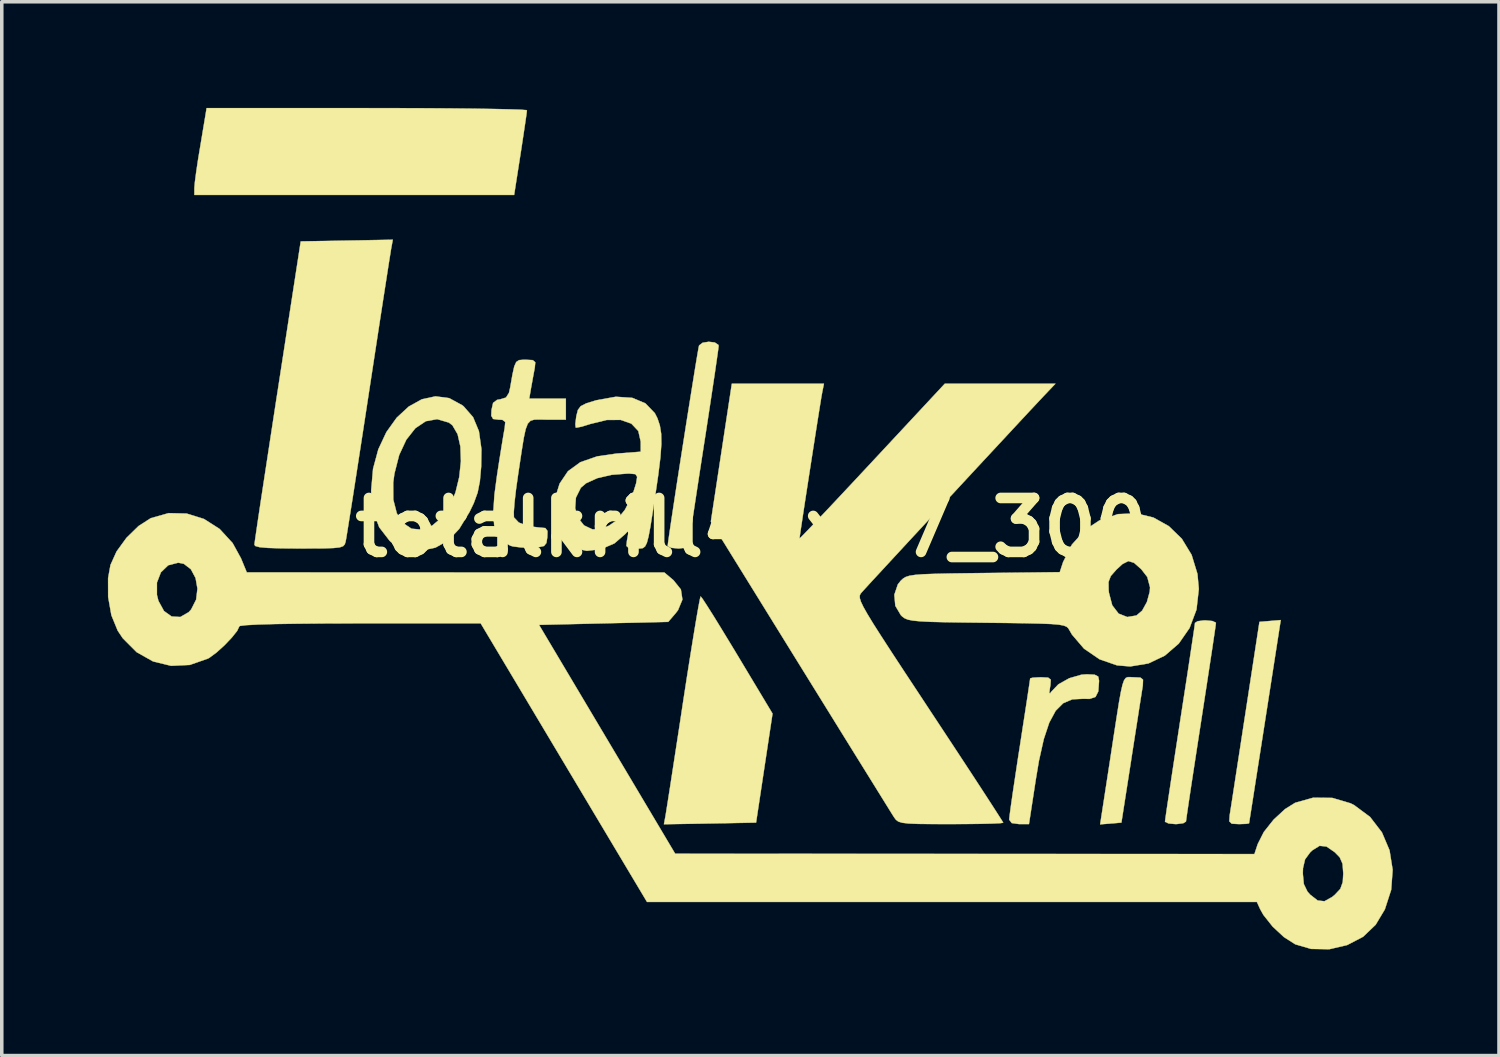
<source format=kicad_pcb>
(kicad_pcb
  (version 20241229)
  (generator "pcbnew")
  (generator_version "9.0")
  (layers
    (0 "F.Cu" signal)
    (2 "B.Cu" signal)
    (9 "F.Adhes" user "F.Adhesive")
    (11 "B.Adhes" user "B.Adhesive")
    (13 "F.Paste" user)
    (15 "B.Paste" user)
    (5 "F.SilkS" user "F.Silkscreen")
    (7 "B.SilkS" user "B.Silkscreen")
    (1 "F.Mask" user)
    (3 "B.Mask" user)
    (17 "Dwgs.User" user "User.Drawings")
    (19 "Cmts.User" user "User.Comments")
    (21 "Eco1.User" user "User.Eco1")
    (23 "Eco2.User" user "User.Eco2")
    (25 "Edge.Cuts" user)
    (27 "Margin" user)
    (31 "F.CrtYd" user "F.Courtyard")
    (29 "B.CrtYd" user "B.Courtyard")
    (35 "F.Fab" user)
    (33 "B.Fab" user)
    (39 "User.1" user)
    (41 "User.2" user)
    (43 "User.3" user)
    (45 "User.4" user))
  (footprint "totalkrill41x27_300"
    (layer "F.Cu")
    (at 18.191 11.858)
    (property "Reference" "totalkrill41x27_300" (at 0 0 0) (layer "F.SilkS") (effects (font (size 1.524 1.524) (thickness 0.3))))
    (attr through_hole)
    (fp_poly (pts (xy -1.385 2.017) (xy -1.258 2.211) (xy -1.069 2.51) (xy -0.833 2.894) (xy -0.561 3.341) (xy -0.402 3.604) (xy 0.592 5.26) (xy 0.127 8.34) (xy -2.477 8.387) (xy -2.433 8.151) (xy -2.411 8.015) (xy -2.366 7.731) (xy -2.302 7.322) (xy -2.223 6.808) (xy -2.131 6.21) (xy -2.029 5.548) (xy -1.936 4.932) (xy -1.83 4.244) (xy -1.73 3.611) (xy -1.64 3.054) (xy -1.563 2.59) (xy -1.502 2.239) (xy -1.459 2.018) (xy -1.439 1.947) (xy -1.385 2.017)) (stroke (width 0.01) (type solid)) (fill yes) (layer "F.SilkS"))
    (fp_poly (pts (xy 10.785 4.233) (xy 10.8 4.233) (xy 10.99 4.242) (xy 11.063 4.301) (xy 11.057 4.461) (xy 11.043 4.551) (xy 11.015 4.73) (xy 10.965 5.046) (xy 10.9 5.468) (xy 10.822 5.963) (xy 10.738 6.503) (xy 10.723 6.604) (xy 10.452 8.34) (xy 9.851 8.39) (xy 10.129 6.587) (xy 10.234 5.896) (xy 10.318 5.354) (xy 10.383 4.943) (xy 10.437 4.645) (xy 10.483 4.443) (xy 10.527 4.318) (xy 10.574 4.253) (xy 10.63 4.229) (xy 10.698 4.228) (xy 10.785 4.233)) (stroke (width 0.01) (type solid)) (fill yes) (layer "F.SilkS"))
    (fp_poly (pts (xy 14.51 5.478) (xy 14.405 6.152) (xy 14.308 6.771) (xy 14.223 7.315) (xy 14.153 7.765) (xy 14.1 8.102) (xy 14.068 8.306) (xy 14.059 8.361) (xy 13.982 8.375) (xy 13.797 8.382) (xy 13.764 8.382) (xy 13.57 8.371) (xy 13.501 8.304) (xy 13.512 8.133) (xy 13.516 8.107) (xy 13.54 7.956) (xy 13.586 7.661) (xy 13.65 7.244) (xy 13.729 6.73) (xy 13.82 6.141) (xy 13.918 5.5) (xy 13.957 5.249) (xy 14.353 2.667) (xy 14.955 2.616) (xy 14.51 5.478)) (stroke (width 0.01) (type solid)) (fill yes) (layer "F.SilkS"))
    (fp_poly (pts (xy -10.876 -11.853) (xy -10.018 -11.852) (xy -9.214 -11.849) (xy -8.478 -11.844) (xy -7.826 -11.837) (xy -7.273 -11.828) (xy -6.836 -11.818) (xy -6.53 -11.808) (xy -6.37 -11.796) (xy -6.349 -11.79) (xy -6.361 -11.687) (xy -6.395 -11.45) (xy -6.446 -11.109) (xy -6.508 -10.698) (xy -6.529 -10.562) (xy -6.711 -9.398) (xy -15.748 -9.398) (xy -15.748 -9.588) (xy -15.734 -9.756) (xy -15.697 -10.039) (xy -15.645 -10.389) (xy -15.62 -10.541) (xy -15.557 -10.918) (xy -15.5 -11.262) (xy -15.457 -11.518) (xy -15.447 -11.578) (xy -15.402 -11.853) (xy -10.876 -11.853)) (stroke (width 0.01) (type solid)) (fill yes) (layer "F.SilkS"))
    (fp_poly (pts (xy -1.04 -5.229) (xy -0.938 -5.161) (xy -0.931 -5.134) (xy -0.944 -5.025) (xy -0.98 -4.77) (xy -1.035 -4.388) (xy -1.108 -3.902) (xy -1.194 -3.331) (xy -1.291 -2.696) (xy -1.355 -2.286) (xy -1.457 -1.625) (xy -1.55 -1.017) (xy -1.631 -0.482) (xy -1.698 -0.042) (xy -1.746 0.285) (xy -1.773 0.477) (xy -1.778 0.52) (xy -1.852 0.568) (xy -2.036 0.592) (xy -2.074 0.593) (xy -2.27 0.574) (xy -2.368 0.529) (xy -2.371 0.52) (xy -2.358 0.41) (xy -2.322 0.158) (xy -2.267 -0.212) (xy -2.197 -0.676) (xy -2.116 -1.209) (xy -2.026 -1.787) (xy -1.932 -2.387) (xy -1.839 -2.983) (xy -1.748 -3.552) (xy -1.665 -4.07) (xy -1.594 -4.513) (xy -1.537 -4.855) (xy -1.499 -5.074) (xy -1.484 -5.144) (xy -1.385 -5.221) (xy -1.213 -5.249) (xy -1.04 -5.229)) (stroke (width 0.01) (type solid)) (fill yes) (layer "F.SilkS"))
    (fp_poly (pts (xy -10.191 -7.855) (xy -10.213 -7.716) (xy -10.259 -7.428) (xy -10.324 -7.008) (xy -10.407 -6.475) (xy -10.504 -5.847) (xy -10.612 -5.141) (xy -10.729 -4.377) (xy -10.835 -3.683) (xy -10.957 -2.885) (xy -11.073 -2.134) (xy -11.179 -1.448) (xy -11.273 -0.843) (xy -11.353 -0.338) (xy -11.415 0.05) (xy -11.456 0.304) (xy -11.474 0.402) (xy -11.497 0.475) (xy -11.543 0.527) (xy -11.638 0.561) (xy -11.81 0.58) (xy -12.083 0.59) (xy -12.484 0.592) (xy -12.786 0.593) (xy -13.304 0.589) (xy -13.67 0.577) (xy -13.904 0.556) (xy -14.025 0.523) (xy -14.051 0.487) (xy -14.038 0.385) (xy -14.001 0.131) (xy -13.944 -0.257) (xy -13.868 -0.763) (xy -13.775 -1.372) (xy -13.669 -2.066) (xy -13.552 -2.831) (xy -13.427 -3.648) (xy -13.395 -3.852) (xy -12.742 -8.086) (xy -10.14 -8.133) (xy -10.191 -7.855)) (stroke (width 0.01) (type solid)) (fill yes) (layer "F.SilkS"))
    (fp_poly (pts (xy 13.023 2.643) (xy 13.121 2.688) (xy 13.123 2.697) (xy 13.111 2.796) (xy 13.075 3.041) (xy 13.02 3.413) (xy 12.947 3.892) (xy 12.861 4.457) (xy 12.764 5.087) (xy 12.7 5.503) (xy 12.598 6.165) (xy 12.505 6.773) (xy 12.423 7.307) (xy 12.357 7.748) (xy 12.309 8.074) (xy 12.282 8.266) (xy 12.277 8.309) (xy 12.202 8.357) (xy 12.019 8.381) (xy 11.98 8.382) (xy 11.784 8.364) (xy 11.687 8.319) (xy 11.684 8.309) (xy 11.697 8.211) (xy 11.732 7.965) (xy 11.788 7.593) (xy 11.86 7.115) (xy 11.946 6.55) (xy 12.043 5.92) (xy 12.107 5.503) (xy 12.209 4.842) (xy 12.303 4.234) (xy 12.384 3.7) (xy 12.45 3.259) (xy 12.499 2.932) (xy 12.526 2.74) (xy 12.531 2.697) (xy 12.605 2.649) (xy 12.788 2.625) (xy 12.827 2.625) (xy 13.023 2.643)) (stroke (width 0.01) (type solid)) (fill yes) (layer "F.SilkS"))
    (fp_poly (pts (xy 9.695 4.16) (xy 9.796 4.212) (xy 9.82 4.329) (xy 9.82 4.339) (xy 9.799 4.631) (xy 9.72 4.789) (xy 9.554 4.844) (xy 9.371 4.841) (xy 9.065 4.856) (xy 8.808 4.965) (xy 8.594 5.179) (xy 8.413 5.514) (xy 8.258 5.981) (xy 8.121 6.595) (xy 8.031 7.133) (xy 7.839 8.382) (xy 7.56 8.382) (xy 7.352 8.353) (xy 7.282 8.259) (xy 7.281 8.248) (xy 7.294 8.129) (xy 7.329 7.868) (xy 7.383 7.491) (xy 7.453 7.024) (xy 7.533 6.492) (xy 7.578 6.205) (xy 7.662 5.658) (xy 7.738 5.169) (xy 7.8 4.763) (xy 7.845 4.463) (xy 7.87 4.293) (xy 7.874 4.264) (xy 7.949 4.244) (xy 8.133 4.234) (xy 8.181 4.233) (xy 8.382 4.243) (xy 8.456 4.301) (xy 8.446 4.454) (xy 8.436 4.508) (xy 8.413 4.674) (xy 8.438 4.687) (xy 8.469 4.642) (xy 8.672 4.431) (xy 8.978 4.26) (xy 9.319 4.161) (xy 9.471 4.149) (xy 9.695 4.16)) (stroke (width 0.01) (type solid)) (fill yes) (layer "F.SilkS"))
    (fp_poly (pts (xy -8.546 -3.656) (xy -8.174 -3.453) (xy -8.137 -3.423) (xy -7.871 -3.118) (xy -7.706 -2.722) (xy -7.635 -2.216) (xy -7.642 -1.723) (xy -7.679 -1.307) (xy -7.742 -0.988) (xy -7.85 -0.691) (xy -7.971 -0.44) (xy -8.263 0.04) (xy -8.577 0.37) (xy -8.938 0.57) (xy -9.373 0.659) (xy -9.399 0.661) (xy -9.687 0.676) (xy -9.873 0.652) (xy -10.025 0.566) (xy -10.209 0.394) (xy -10.235 0.368) (xy -10.524 -0.007) (xy -10.691 -0.449) (xy -10.751 -0.993) (xy -10.751 -1.058) (xy -10.732 -1.27) (xy -10.128 -1.27) (xy -10.126 -0.789) (xy -10.027 -0.403) (xy -9.849 -0.125) (xy -9.61 0.034) (xy -9.328 0.06) (xy -9.02 -0.059) (xy -8.747 -0.289) (xy -8.531 -0.601) (xy -8.368 -0.992) (xy -8.262 -1.427) (xy -8.215 -1.87) (xy -8.229 -2.285) (xy -8.308 -2.636) (xy -8.454 -2.887) (xy -8.555 -2.965) (xy -8.887 -3.062) (xy -9.207 -3.004) (xy -9.502 -2.806) (xy -9.757 -2.483) (xy -9.959 -2.05) (xy -10.094 -1.522) (xy -10.128 -1.27) (xy -10.732 -1.27) (xy -10.698 -1.659) (xy -10.549 -2.21) (xy -10.321 -2.696) (xy -10.03 -3.103) (xy -9.691 -3.417) (xy -9.32 -3.623) (xy -8.933 -3.707) (xy -8.546 -3.656)) (stroke (width 0.01) (type solid)) (fill yes) (layer "F.SilkS"))
    (fp_poly (pts (xy -6.379 -4.741) (xy -6.183 -4.73) (xy -6.113 -4.669) (xy -6.127 -4.52) (xy -6.129 -4.508) (xy -6.175 -4.261) (xy -6.226 -3.977) (xy -6.23 -3.958) (xy -6.284 -3.641) (xy -5.249 -3.641) (xy -5.249 -3.048) (xy -5.793 -3.048) (xy -5.992 -3.052) (xy -6.14 -3.049) (xy -6.247 -3.017) (xy -6.325 -2.935) (xy -6.385 -2.779) (xy -6.439 -2.529) (xy -6.498 -2.163) (xy -6.574 -1.657) (xy -6.598 -1.497) (xy -6.657 -1.079) (xy -6.699 -0.715) (xy -6.72 -0.441) (xy -6.717 -0.293) (xy -6.715 -0.284) (xy -6.579 -0.141) (xy -6.326 -0.04) (xy -6.008 -0.000023) (xy -6 0) (xy -5.828 0.016) (xy -5.768 0.098) (xy -5.773 0.275) (xy -5.799 0.439) (xy -5.865 0.522) (xy -6.019 0.557) (xy -6.223 0.568) (xy -6.508 0.565) (xy -6.745 0.535) (xy -6.819 0.514) (xy -7.039 0.385) (xy -7.19 0.197) (xy -7.276 -0.07) (xy -7.3 -0.439) (xy -7.267 -0.929) (xy -7.194 -1.476) (xy -7.127 -1.911) (xy -7.064 -2.304) (xy -7.013 -2.614) (xy -6.98 -2.802) (xy -6.977 -2.815) (xy -6.962 -2.982) (xy -7.041 -3.042) (xy -7.153 -3.048) (xy -7.305 -3.067) (xy -7.357 -3.158) (xy -7.35 -3.323) (xy -7.305 -3.522) (xy -7.193 -3.607) (xy -7.099 -3.624) (xy -6.941 -3.673) (xy -6.857 -3.805) (xy -6.821 -3.963) (xy -6.758 -4.326) (xy -6.707 -4.554) (xy -6.651 -4.678) (xy -6.572 -4.73) (xy -6.453 -4.741) (xy -6.379 -4.741)) (stroke (width 0.01) (type solid)) (fill yes) (layer "F.SilkS"))
    (fp_poly (pts (xy 11.355 -0.282) (xy 11.792 -0.038) (xy 12.159 0.318) (xy 12.436 0.773) (xy 12.601 1.312) (xy 12.64 1.736) (xy 12.574 2.32) (xy 12.378 2.841) (xy 12.073 3.281) (xy 11.679 3.621) (xy 11.215 3.842) (xy 10.702 3.927) (xy 10.329 3.896) (xy 9.835 3.725) (xy 9.395 3.424) (xy 9.055 3.027) (xy 8.984 2.904) (xy 8.951 2.848) (xy 8.903 2.804) (xy 8.821 2.771) (xy 8.684 2.746) (xy 8.473 2.728) (xy 8.167 2.716) (xy 7.748 2.706) (xy 7.195 2.698) (xy 6.648 2.692) (xy 5.974 2.684) (xy 5.448 2.676) (xy 5.051 2.666) (xy 4.76 2.651) (xy 4.557 2.631) (xy 4.42 2.604) (xy 4.328 2.567) (xy 4.261 2.519) (xy 4.219 2.478) (xy 4.062 2.213) (xy 4.034 1.901) (xy 4.134 1.607) (xy 4.192 1.535) (xy 10.088 1.535) (xy 10.091 1.765) (xy 10.099 1.842) (xy 10.193 2.2) (xy 10.373 2.434) (xy 10.618 2.53) (xy 10.876 2.487) (xy 11.038 2.35) (xy 11.173 2.105) (xy 11.252 1.815) (xy 11.261 1.691) (xy 11.183 1.398) (xy 11.013 1.179) (xy 10.808 0.998) (xy 10.649 0.949) (xy 10.483 1.032) (xy 10.312 1.189) (xy 10.153 1.37) (xy 10.088 1.535) (xy 4.192 1.535) (xy 4.219 1.501) (xy 4.282 1.443) (xy 4.356 1.398) (xy 4.462 1.364) (xy 4.622 1.339) (xy 4.856 1.321) (xy 5.185 1.309) (xy 5.631 1.299) (xy 6.215 1.291) (xy 6.559 1.287) (xy 8.71 1.262) (xy 8.804 0.976) (xy 9.053 0.482) (xy 9.43 0.065) (xy 9.83 -0.2) (xy 10.354 -0.378) (xy 10.869 -0.4) (xy 11.355 -0.282)) (stroke (width 0.01) (type solid)) (fill yes) (layer "F.SilkS"))
    (fp_poly (pts (xy -3.372 -3.664) (xy -3 -3.508) (xy -2.734 -3.231) (xy -2.66 -3.086) (xy -2.592 -2.882) (xy -2.555 -2.649) (xy -2.55 -2.358) (xy -2.577 -1.981) (xy -2.637 -1.489) (xy -2.71 -0.989) (xy -2.794 -0.438) (xy -2.858 -0.032) (xy -2.911 0.251) (xy -2.959 0.433) (xy -3.011 0.536) (xy -3.075 0.583) (xy -3.158 0.594) (xy -3.268 0.593) (xy -3.273 0.593) (xy -3.469 0.583) (xy -3.538 0.521) (xy -3.521 0.359) (xy -3.512 0.318) (xy -3.482 0.144) (xy -3.504 0.113) (xy -3.569 0.183) (xy -3.876 0.449) (xy -4.255 0.612) (xy -4.655 0.66) (xy -5.025 0.582) (xy -5.09 0.55) (xy -5.34 0.324) (xy -5.505 -0.012) (xy -5.576 -0.418) (xy -5.568 -0.546) (xy -4.986 -0.546) (xy -4.904 -0.273) (xy -4.737 -0.061) (xy -4.501 0.052) (xy -4.295 0.05) (xy -4.036 -0.049) (xy -3.827 -0.192) (xy -3.579 -0.502) (xy -3.372 -0.903) (xy -3.263 -1.249) (xy -3.234 -1.432) (xy -3.283 -1.508) (xy -3.452 -1.524) (xy -3.503 -1.524) (xy -3.953 -1.489) (xy -4.359 -1.395) (xy -4.674 -1.253) (xy -4.825 -1.125) (xy -4.965 -0.843) (xy -4.986 -0.546) (xy -5.568 -0.546) (xy -5.547 -0.852) (xy -5.425 -1.241) (xy -5.189 -1.591) (xy -4.839 -1.846) (xy -4.362 -2.011) (xy -3.821 -2.089) (xy -3.133 -2.142) (xy -3.133 -2.426) (xy -3.202 -2.728) (xy -3.397 -2.935) (xy -3.701 -3.041) (xy -4.096 -3.039) (xy -4.564 -2.924) (xy -4.575 -2.92) (xy -4.798 -2.851) (xy -4.945 -2.822) (xy -4.972 -2.827) (xy -4.981 -2.924) (xy -4.957 -3.12) (xy -4.951 -3.157) (xy -4.908 -3.323) (xy -4.829 -3.429) (xy -4.672 -3.509) (xy -4.395 -3.594) (xy -4.38 -3.598) (xy -3.836 -3.695) (xy -3.372 -3.664)) (stroke (width 0.01) (type solid)) (fill yes) (layer "F.SilkS"))
    (fp_poly (pts (xy 1.998 -3.831) (xy 1.974 -3.699) (xy 1.931 -3.434) (xy 1.872 -3.064) (xy 1.802 -2.619) (xy 1.725 -2.126) (xy 1.645 -1.612) (xy 1.567 -1.107) (xy 1.495 -0.639) (xy 1.434 -0.235) (xy 1.387 0.076) (xy 1.36 0.265) (xy 1.355 0.31) (xy 1.41 0.259) (xy 1.568 0.097) (xy 1.815 -0.162) (xy 2.139 -0.504) (xy 2.526 -0.916) (xy 2.963 -1.383) (xy 3.408 -1.86) (xy 5.461 -4.064) (xy 7.024 -4.064) (xy 8.587 -4.064) (xy 8.245 -3.704) (xy 8.108 -3.558) (xy 7.876 -3.31) (xy 7.564 -2.975) (xy 7.188 -2.57) (xy 6.762 -2.112) (xy 6.302 -1.617) (xy 5.823 -1.1) (xy 5.34 -0.579) (xy 4.868 -0.069) (xy 4.422 0.412) (xy 4.017 0.85) (xy 3.668 1.228) (xy 3.39 1.528) (xy 3.2 1.736) (xy 3.114 1.83) (xy 3.077 1.876) (xy 3.056 1.926) (xy 3.058 1.996) (xy 3.089 2.096) (xy 3.158 2.242) (xy 3.272 2.444) (xy 3.438 2.717) (xy 3.665 3.073) (xy 3.958 3.525) (xy 4.326 4.086) (xy 4.777 4.769) (xy 5.033 5.158) (xy 5.464 5.811) (xy 5.865 6.42) (xy 6.226 6.97) (xy 6.538 7.448) (xy 6.791 7.838) (xy 6.977 8.127) (xy 7.086 8.299) (xy 7.112 8.344) (xy 7.032 8.356) (xy 6.809 8.367) (xy 6.472 8.375) (xy 6.047 8.38) (xy 5.632 8.382) (xy 5.099 8.381) (xy 4.709 8.377) (xy 4.438 8.366) (xy 4.26 8.345) (xy 4.15 8.312) (xy 4.082 8.263) (xy 4.031 8.195) (xy 4.029 8.191) (xy 3.962 8.086) (xy 3.815 7.849) (xy 3.596 7.496) (xy 3.313 7.04) (xy 2.974 6.494) (xy 2.589 5.873) (xy 2.165 5.188) (xy 1.711 4.455) (xy 1.377 3.916) (xy -1.151 -0.169) (xy -0.558 -4.064) (xy 2.045 -4.064) (xy 1.998 -3.831)) (stroke (width 0.01) (type solid)) (fill yes) (layer "F.SilkS"))
    (fp_poly (pts (xy -15.966 -0.394) (xy -15.476 -0.241) (xy -15.034 0.041) (xy -14.667 0.44) (xy -14.43 0.871) (xy -14.266 1.269) (xy -8.367 1.27) (xy -2.468 1.27) (xy -2.208 1.489) (xy -1.998 1.751) (xy -1.955 2.037) (xy -2.079 2.336) (xy -2.151 2.429) (xy -2.356 2.667) (xy -4.182 2.709) (xy -6.007 2.752) (xy -2.159 9.22) (xy 14.211 9.229) (xy 14.305 8.945) (xy 14.477 8.605) (xy 14.753 8.257) (xy 15.078 7.957) (xy 15.362 7.78) (xy 15.873 7.636) (xy 16.411 7.642) (xy 16.926 7.794) (xy 17.028 7.845) (xy 17.48 8.181) (xy 17.815 8.617) (xy 18.03 9.124) (xy 18.118 9.674) (xy 18.076 10.24) (xy 17.897 10.793) (xy 17.638 11.226) (xy 17.283 11.566) (xy 16.832 11.801) (xy 16.327 11.919) (xy 15.812 11.91) (xy 15.366 11.78) (xy 15.046 11.576) (xy 14.725 11.278) (xy 14.464 10.948) (xy 14.373 10.785) (xy 14.281 10.583) (xy -2.955 10.583) (xy -3.435 9.779) (xy 15.579 9.779) (xy 15.607 10.077) (xy 15.709 10.288) (xy 15.786 10.376) (xy 15.998 10.541) (xy 16.19 10.563) (xy 16.409 10.441) (xy 16.484 10.379) (xy 16.639 10.213) (xy 16.708 10.021) (xy 16.722 9.779) (xy 16.702 9.505) (xy 16.622 9.321) (xy 16.484 9.179) (xy 16.248 9.016) (xy 16.053 8.996) (xy 15.852 9.12) (xy 15.786 9.182) (xy 15.642 9.379) (xy 15.584 9.628) (xy 15.579 9.779) (xy -3.435 9.779) (xy -7.656 2.709) (xy -11.067 2.709) (xy -12.012 2.711) (xy -12.811 2.718) (xy -13.458 2.728) (xy -13.951 2.742) (xy -14.285 2.76) (xy -14.455 2.781) (xy -14.478 2.794) (xy -14.538 2.921) (xy -14.691 3.113) (xy -14.898 3.33) (xy -15.122 3.533) (xy -15.321 3.68) (xy -15.361 3.703) (xy -15.878 3.884) (xy -16.405 3.909) (xy -16.915 3.785) (xy -17.38 3.523) (xy -17.771 3.13) (xy -17.915 2.915) (xy -18.093 2.48) (xy -18.185 1.962) (xy -18.185 1.904) (xy -16.806 1.904) (xy -16.764 2.073) (xy -16.607 2.36) (xy -16.39 2.515) (xy -16.145 2.529) (xy -15.908 2.393) (xy -15.839 2.317) (xy -15.698 2.038) (xy -15.661 1.728) (xy -15.714 1.428) (xy -15.847 1.179) (xy -16.048 1.025) (xy -16.204 0.995) (xy -16.488 1.068) (xy -16.694 1.267) (xy -16.806 1.557) (xy -16.806 1.904) (xy -18.185 1.904) (xy -18.186 1.431) (xy -18.119 1.059) (xy -17.947 0.678) (xy -17.667 0.292) (xy -17.325 -0.042) (xy -16.979 -0.264) (xy -16.476 -0.406) (xy -15.966 -0.394)) (stroke (width 0.01) (type solid)) (fill yes) (layer "F.SilkS")))
  (gr_rect
    (start -3 -3)
    (end 39.314 26.782)
    (stroke (width 0.1) (type default))
    (fill no)
    (layer "Edge.Cuts")))
</source>
